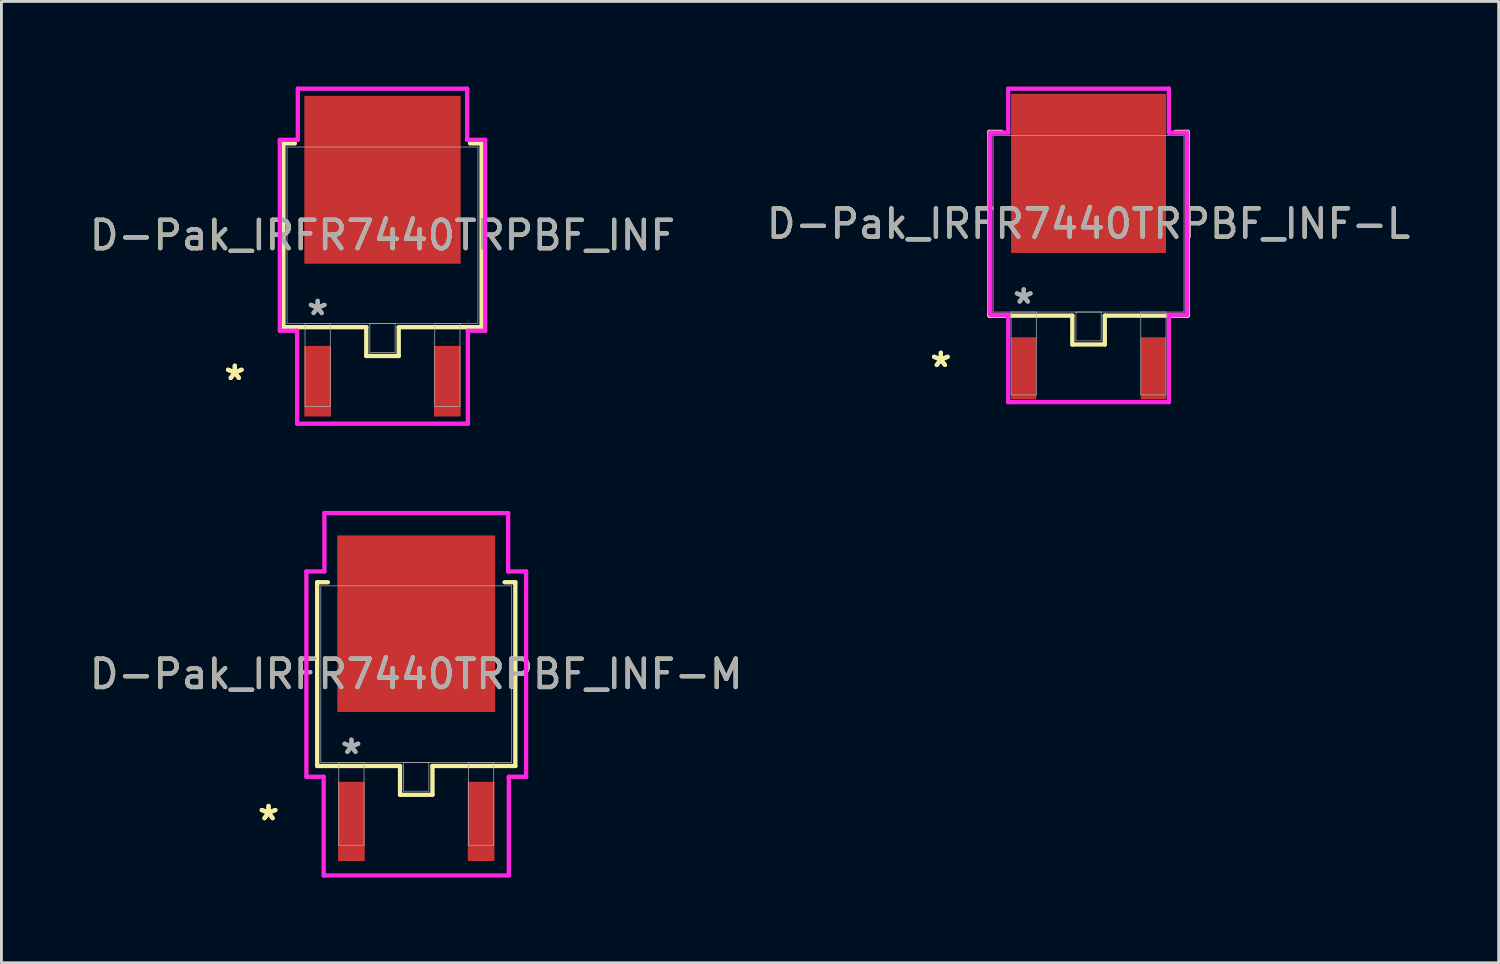
<source format=kicad_pcb>
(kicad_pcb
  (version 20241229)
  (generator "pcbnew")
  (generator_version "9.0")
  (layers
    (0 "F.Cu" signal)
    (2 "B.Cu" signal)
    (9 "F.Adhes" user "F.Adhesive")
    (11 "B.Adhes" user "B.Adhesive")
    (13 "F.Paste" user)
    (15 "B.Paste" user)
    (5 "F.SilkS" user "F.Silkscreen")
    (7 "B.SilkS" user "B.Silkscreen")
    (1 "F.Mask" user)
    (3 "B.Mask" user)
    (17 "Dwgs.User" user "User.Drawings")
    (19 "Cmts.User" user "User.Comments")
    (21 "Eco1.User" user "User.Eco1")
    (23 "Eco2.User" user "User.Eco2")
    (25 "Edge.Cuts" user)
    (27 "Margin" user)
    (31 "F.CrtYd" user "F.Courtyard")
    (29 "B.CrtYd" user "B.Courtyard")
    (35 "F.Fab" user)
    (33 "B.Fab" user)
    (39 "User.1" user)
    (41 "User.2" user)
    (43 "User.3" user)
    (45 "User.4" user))
  (footprint "D-Pak_IRFR7440TRPBF_INF-M"
    (layer "F.Cu")
    (at 11.625 20.716)
    (property "Reference" "D-Pak_IRFR7440TRPBF_INF-M" (at 0 0 0) (unlocked yes) (layer "F.SilkS") (effects (font (size 1 1) (thickness 0.15))))
    (attr smd)
    (fp_line (start -3.493 -3.239) (end -3.493 3.239) (stroke (width 0.152) (type solid)) (layer "F.SilkS"))
    (fp_line (start -3.493 3.239) (end -0.572 3.239) (stroke (width 0.152) (type solid)) (layer "F.SilkS"))
    (fp_line (start -3.114 -3.239) (end -3.493 -3.239) (stroke (width 0.152) (type solid)) (layer "F.SilkS"))
    (fp_line (start -0.572 3.239) (end -0.572 4.255) (stroke (width 0.152) (type solid)) (layer "F.SilkS"))
    (fp_line (start -0.572 4.255) (end 0.572 4.255) (stroke (width 0.152) (type solid)) (layer "F.SilkS"))
    (fp_line (start 0.572 3.239) (end 3.493 3.239) (stroke (width 0.152) (type solid)) (layer "F.SilkS"))
    (fp_line (start 0.572 4.255) (end 0.572 3.239) (stroke (width 0.152) (type solid)) (layer "F.SilkS"))
    (fp_line (start 3.493 -3.239) (end 3.114 -3.239) (stroke (width 0.152) (type solid)) (layer "F.SilkS"))
    (fp_line (start 3.493 3.239) (end 3.493 -3.239) (stroke (width 0.152) (type solid)) (layer "F.SilkS"))
    (fp_line (start -3.873 -3.619) (end -3.239 -3.619) (stroke (width 0.152) (type solid)) (layer "F.CrtYd"))
    (fp_line (start -3.873 3.619) (end -3.873 -3.619) (stroke (width 0.152) (type solid)) (layer "F.CrtYd"))
    (fp_line (start -3.264 3.619) (end -3.873 3.619) (stroke (width 0.152) (type solid)) (layer "F.CrtYd"))
    (fp_line (start -3.264 7.099) (end -3.264 3.619) (stroke (width 0.152) (type solid)) (layer "F.CrtYd"))
    (fp_line (start -3.239 -5.677) (end 3.239 -5.677) (stroke (width 0.152) (type solid)) (layer "F.CrtYd"))
    (fp_line (start -3.239 -3.619) (end -3.239 -5.677) (stroke (width 0.152) (type solid)) (layer "F.CrtYd"))
    (fp_line (start 3.239 -5.677) (end 3.239 -3.619) (stroke (width 0.152) (type solid)) (layer "F.CrtYd"))
    (fp_line (start 3.239 -3.619) (end 3.873 -3.619) (stroke (width 0.152) (type solid)) (layer "F.CrtYd"))
    (fp_line (start 3.264 3.619) (end 3.264 7.099) (stroke (width 0.152) (type solid)) (layer "F.CrtYd"))
    (fp_line (start 3.264 7.099) (end -3.264 7.099) (stroke (width 0.152) (type solid)) (layer "F.CrtYd"))
    (fp_line (start 3.873 -3.619) (end 3.873 3.619) (stroke (width 0.152) (type solid)) (layer "F.CrtYd"))
    (fp_line (start 3.873 3.619) (end 3.264 3.619) (stroke (width 0.152) (type solid)) (layer "F.CrtYd"))
    (fp_line (start -3.365 -3.111) (end -3.365 3.111) (stroke (width 0.025) (type solid)) (layer "F.Fab"))
    (fp_line (start -3.365 3.111) (end 3.365 3.111) (stroke (width 0.025) (type solid)) (layer "F.Fab"))
    (fp_line (start -2.731 3.111) (end -2.731 6.032) (stroke (width 0.025) (type solid)) (layer "F.Fab"))
    (fp_line (start -2.731 6.032) (end -1.841 6.032) (stroke (width 0.025) (type solid)) (layer "F.Fab"))
    (fp_line (start -1.841 3.111) (end -2.731 3.111) (stroke (width 0.025) (type solid)) (layer "F.Fab"))
    (fp_line (start -1.841 6.032) (end -1.841 3.111) (stroke (width 0.025) (type solid)) (layer "F.Fab"))
    (fp_line (start -0.445 3.111) (end -0.445 4.128) (stroke (width 0.025) (type solid)) (layer "F.Fab"))
    (fp_line (start -0.445 4.128) (end 0.445 4.128) (stroke (width 0.025) (type solid)) (layer "F.Fab"))
    (fp_line (start 0.445 3.111) (end -0.445 3.111) (stroke (width 0.025) (type solid)) (layer "F.Fab"))
    (fp_line (start 0.445 4.128) (end 0.445 3.111) (stroke (width 0.025) (type solid)) (layer "F.Fab"))
    (fp_line (start 1.841 3.111) (end 1.841 6.032) (stroke (width 0.025) (type solid)) (layer "F.Fab"))
    (fp_line (start 1.841 6.032) (end 2.731 6.032) (stroke (width 0.025) (type solid)) (layer "F.Fab"))
    (fp_line (start 2.731 3.111) (end 1.841 3.111) (stroke (width 0.025) (type solid)) (layer "F.Fab"))
    (fp_line (start 2.731 6.032) (end 2.731 3.111) (stroke (width 0.025) (type solid)) (layer "F.Fab"))
    (fp_line (start 3.365 -3.111) (end -3.365 -3.111) (stroke (width 0.025) (type solid)) (layer "F.Fab"))
    (fp_line (start 3.365 3.111) (end 3.365 -3.111) (stroke (width 0.025) (type solid)) (layer "F.Fab"))
    (fp_text user "*" (at -5.207 5.194 0) (layer "F.SilkS") (effects (font (size 1 1) (thickness 0.15))))
    (fp_text user "*" (at -5.207 5.194 0) (unlocked yes) (layer "F.SilkS") (effects (font (size 1 1) (thickness 0.15))))
    (fp_text user "${REFERENCE}" (at 0 0 0) (unlocked yes) (layer "F.Fab") (effects (font (size 1 1) (thickness 0.15))))
    (fp_text user "*" (at -2.286 2.857 0) (unlocked yes) (layer "F.Fab") (effects (font (size 1 1) (thickness 0.15))))
    (fp_text user "*" (at -2.286 2.857 0) (layer "F.Fab") (effects (font (size 1 1) (thickness 0.15))))
    (pad "1" smd rect (at -2.286 5.194) (size 0.94 2.794) (layers "F.Cu" "F.Mask" "F.Paste"))
    (pad "2" smd rect (at 2.286 5.194) (size 0.94 2.794) (layers "F.Cu" "F.Mask" "F.Paste"))
    (pad "3" smd rect (at 0 -1.778) (size 5.563 6.223) (layers "F.Cu" "F.Mask" "F.Paste")))
  (footprint "D-Pak_IRFR7440TRPBF_INF-L"
    (layer "F.Cu")
    (at 35.327 4.839)
    (property "Reference" "D-Pak_IRFR7440TRPBF_INF-L" (at 0 0 0) (unlocked yes) (layer "F.SilkS") (effects (font (size 1 1) (thickness 0.15))))
    (attr smd)
    (fp_line (start -3.493 -3.239) (end -3.493 3.239) (stroke (width 0.152) (type solid)) (layer "F.SilkS"))
    (fp_line (start -3.493 3.239) (end -0.572 3.239) (stroke (width 0.152) (type solid)) (layer "F.SilkS"))
    (fp_line (start -3.063 -3.239) (end -3.493 -3.239) (stroke (width 0.152) (type solid)) (layer "F.SilkS"))
    (fp_line (start -0.572 3.239) (end -0.572 4.255) (stroke (width 0.152) (type solid)) (layer "F.SilkS"))
    (fp_line (start -0.572 4.255) (end 0.572 4.255) (stroke (width 0.152) (type solid)) (layer "F.SilkS"))
    (fp_line (start 0.572 3.239) (end 3.493 3.239) (stroke (width 0.152) (type solid)) (layer "F.SilkS"))
    (fp_line (start 0.572 4.255) (end 0.572 3.239) (stroke (width 0.152) (type solid)) (layer "F.SilkS"))
    (fp_line (start 3.493 -3.239) (end 3.063 -3.239) (stroke (width 0.152) (type solid)) (layer "F.SilkS"))
    (fp_line (start 3.493 3.239) (end 3.493 -3.239) (stroke (width 0.152) (type solid)) (layer "F.SilkS"))
    (fp_line (start -3.467 -3.213) (end -2.832 -3.213) (stroke (width 0.152) (type solid)) (layer "F.CrtYd"))
    (fp_line (start -3.467 3.213) (end -3.467 -3.213) (stroke (width 0.152) (type solid)) (layer "F.CrtYd"))
    (fp_line (start -2.832 -4.763) (end 2.832 -4.763) (stroke (width 0.152) (type solid)) (layer "F.CrtYd"))
    (fp_line (start -2.832 -3.213) (end -2.832 -4.763) (stroke (width 0.152) (type solid)) (layer "F.CrtYd"))
    (fp_line (start -2.832 3.213) (end -3.467 3.213) (stroke (width 0.152) (type solid)) (layer "F.CrtYd"))
    (fp_line (start -2.832 6.287) (end -2.832 3.213) (stroke (width 0.152) (type solid)) (layer "F.CrtYd"))
    (fp_line (start 2.832 -4.763) (end 2.832 -3.213) (stroke (width 0.152) (type solid)) (layer "F.CrtYd"))
    (fp_line (start 2.832 -3.213) (end 3.467 -3.213) (stroke (width 0.152) (type solid)) (layer "F.CrtYd"))
    (fp_line (start 2.832 3.213) (end 2.832 6.287) (stroke (width 0.152) (type solid)) (layer "F.CrtYd"))
    (fp_line (start 2.832 6.287) (end -2.832 6.287) (stroke (width 0.152) (type solid)) (layer "F.CrtYd"))
    (fp_line (start 3.467 -3.213) (end 3.467 3.213) (stroke (width 0.152) (type solid)) (layer "F.CrtYd"))
    (fp_line (start 3.467 3.213) (end 2.832 3.213) (stroke (width 0.152) (type solid)) (layer "F.CrtYd"))
    (fp_line (start -3.365 -3.111) (end -3.365 3.111) (stroke (width 0.025) (type solid)) (layer "F.Fab"))
    (fp_line (start -3.365 3.111) (end 3.365 3.111) (stroke (width 0.025) (type solid)) (layer "F.Fab"))
    (fp_line (start -2.731 3.111) (end -2.731 6.032) (stroke (width 0.025) (type solid)) (layer "F.Fab"))
    (fp_line (start -2.731 6.032) (end -1.841 6.032) (stroke (width 0.025) (type solid)) (layer "F.Fab"))
    (fp_line (start -1.841 3.111) (end -2.731 3.111) (stroke (width 0.025) (type solid)) (layer "F.Fab"))
    (fp_line (start -1.841 6.032) (end -1.841 3.111) (stroke (width 0.025) (type solid)) (layer "F.Fab"))
    (fp_line (start -0.445 3.111) (end -0.445 4.128) (stroke (width 0.025) (type solid)) (layer "F.Fab"))
    (fp_line (start -0.445 4.128) (end 0.445 4.128) (stroke (width 0.025) (type solid)) (layer "F.Fab"))
    (fp_line (start 0.445 3.111) (end -0.445 3.111) (stroke (width 0.025) (type solid)) (layer "F.Fab"))
    (fp_line (start 0.445 4.128) (end 0.445 3.111) (stroke (width 0.025) (type solid)) (layer "F.Fab"))
    (fp_line (start 1.841 3.111) (end 1.841 6.032) (stroke (width 0.025) (type solid)) (layer "F.Fab"))
    (fp_line (start 1.841 6.032) (end 2.731 6.032) (stroke (width 0.025) (type solid)) (layer "F.Fab"))
    (fp_line (start 2.731 3.111) (end 1.841 3.111) (stroke (width 0.025) (type solid)) (layer "F.Fab"))
    (fp_line (start 2.731 6.032) (end 2.731 3.111) (stroke (width 0.025) (type solid)) (layer "F.Fab"))
    (fp_line (start 3.365 -3.111) (end -3.365 -3.111) (stroke (width 0.025) (type solid)) (layer "F.Fab"))
    (fp_line (start 3.365 3.111) (end 3.365 -3.111) (stroke (width 0.025) (type solid)) (layer "F.Fab"))
    (fp_text user "*" (at -5.207 5.093 0) (unlocked yes) (layer "F.SilkS") (effects (font (size 1 1) (thickness 0.15))))
    (fp_text user "*" (at -5.207 5.093 0) (layer "F.SilkS") (effects (font (size 1 1) (thickness 0.15))))
    (fp_text user "${REFERENCE}" (at 0 0 0) (unlocked yes) (layer "F.Fab") (effects (font (size 1 1) (thickness 0.15))))
    (fp_text user "*" (at -2.286 2.857 0) (unlocked yes) (layer "F.Fab") (effects (font (size 1 1) (thickness 0.15))))
    (fp_text user "*" (at -2.286 2.857 0) (layer "F.Fab") (effects (font (size 1 1) (thickness 0.15))))
    (pad "1" smd rect (at -2.286 5.093) (size 0.889 2.184) (layers "F.Cu" "F.Mask" "F.Paste"))
    (pad "2" smd rect (at 2.286 5.093) (size 0.889 2.184) (layers "F.Cu" "F.Mask" "F.Paste"))
    (pad "3" smd rect (at 0 -1.778) (size 5.461 5.613) (layers "F.Cu" "F.Mask" "F.Paste")))
  (footprint "D-Pak_IRFR7440TRPBF_INF"
    (layer "F.Cu")
    (at 10.435 5.245)
    (property "Reference" "D-Pak_IRFR7440TRPBF_INF" (at 0 0 0) (unlocked yes) (layer "F.SilkS") (effects (font (size 1 1) (thickness 0.15))))
    (attr smd)
    (fp_line (start -3.493 -3.239) (end -3.493 3.239) (stroke (width 0.152) (type solid)) (layer "F.SilkS"))
    (fp_line (start -3.493 3.239) (end -0.572 3.239) (stroke (width 0.152) (type solid)) (layer "F.SilkS"))
    (fp_line (start -3.089 -3.239) (end -3.493 -3.239) (stroke (width 0.152) (type solid)) (layer "F.SilkS"))
    (fp_line (start -0.572 3.239) (end -0.572 4.255) (stroke (width 0.152) (type solid)) (layer "F.SilkS"))
    (fp_line (start -0.572 4.255) (end 0.572 4.255) (stroke (width 0.152) (type solid)) (layer "F.SilkS"))
    (fp_line (start 0.572 3.239) (end 3.493 3.239) (stroke (width 0.152) (type solid)) (layer "F.SilkS"))
    (fp_line (start 0.572 4.255) (end 0.572 3.239) (stroke (width 0.152) (type solid)) (layer "F.SilkS"))
    (fp_line (start 3.493 -3.239) (end 3.089 -3.239) (stroke (width 0.152) (type solid)) (layer "F.SilkS"))
    (fp_line (start 3.493 3.239) (end 3.493 -3.239) (stroke (width 0.152) (type solid)) (layer "F.SilkS"))
    (fp_line (start -3.619 -3.365) (end -2.985 -3.365) (stroke (width 0.152) (type solid)) (layer "F.CrtYd"))
    (fp_line (start -3.619 3.365) (end -3.619 -3.365) (stroke (width 0.152) (type solid)) (layer "F.CrtYd"))
    (fp_line (start -3.01 3.365) (end -3.619 3.365) (stroke (width 0.152) (type solid)) (layer "F.CrtYd"))
    (fp_line (start -3.01 6.642) (end -3.01 3.365) (stroke (width 0.152) (type solid)) (layer "F.CrtYd"))
    (fp_line (start -2.985 -5.169) (end 2.985 -5.169) (stroke (width 0.152) (type solid)) (layer "F.CrtYd"))
    (fp_line (start -2.985 -3.365) (end -2.985 -5.169) (stroke (width 0.152) (type solid)) (layer "F.CrtYd"))
    (fp_line (start 2.985 -5.169) (end 2.985 -3.365) (stroke (width 0.152) (type solid)) (layer "F.CrtYd"))
    (fp_line (start 2.985 -3.365) (end 3.619 -3.365) (stroke (width 0.152) (type solid)) (layer "F.CrtYd"))
    (fp_line (start 3.01 3.365) (end 3.01 6.642) (stroke (width 0.152) (type solid)) (layer "F.CrtYd"))
    (fp_line (start 3.01 6.642) (end -3.01 6.642) (stroke (width 0.152) (type solid)) (layer "F.CrtYd"))
    (fp_line (start 3.619 -3.365) (end 3.619 3.365) (stroke (width 0.152) (type solid)) (layer "F.CrtYd"))
    (fp_line (start 3.619 3.365) (end 3.01 3.365) (stroke (width 0.152) (type solid)) (layer "F.CrtYd"))
    (fp_line (start -3.365 -3.111) (end -3.365 3.111) (stroke (width 0.025) (type solid)) (layer "F.Fab"))
    (fp_line (start -3.365 3.111) (end 3.365 3.111) (stroke (width 0.025) (type solid)) (layer "F.Fab"))
    (fp_line (start -2.731 3.111) (end -2.731 6.032) (stroke (width 0.025) (type solid)) (layer "F.Fab"))
    (fp_line (start -2.731 6.032) (end -1.841 6.032) (stroke (width 0.025) (type solid)) (layer "F.Fab"))
    (fp_line (start -1.841 3.111) (end -2.731 3.111) (stroke (width 0.025) (type solid)) (layer "F.Fab"))
    (fp_line (start -1.841 6.032) (end -1.841 3.111) (stroke (width 0.025) (type solid)) (layer "F.Fab"))
    (fp_line (start -0.445 3.111) (end -0.445 4.128) (stroke (width 0.025) (type solid)) (layer "F.Fab"))
    (fp_line (start -0.445 4.128) (end 0.445 4.128) (stroke (width 0.025) (type solid)) (layer "F.Fab"))
    (fp_line (start 0.445 3.111) (end -0.445 3.111) (stroke (width 0.025) (type solid)) (layer "F.Fab"))
    (fp_line (start 0.445 4.128) (end 0.445 3.111) (stroke (width 0.025) (type solid)) (layer "F.Fab"))
    (fp_line (start 1.841 3.111) (end 1.841 6.032) (stroke (width 0.025) (type solid)) (layer "F.Fab"))
    (fp_line (start 1.841 6.032) (end 2.731 6.032) (stroke (width 0.025) (type solid)) (layer "F.Fab"))
    (fp_line (start 2.731 3.111) (end 1.841 3.111) (stroke (width 0.025) (type solid)) (layer "F.Fab"))
    (fp_line (start 2.731 6.032) (end 2.731 3.111) (stroke (width 0.025) (type solid)) (layer "F.Fab"))
    (fp_line (start 3.365 -3.111) (end -3.365 -3.111) (stroke (width 0.025) (type solid)) (layer "F.Fab"))
    (fp_line (start 3.365 3.111) (end 3.365 -3.111) (stroke (width 0.025) (type solid)) (layer "F.Fab"))
    (fp_text user "*" (at -5.207 5.144 0) (unlocked yes) (layer "F.SilkS") (effects (font (size 1 1) (thickness 0.15))))
    (fp_text user "*" (at -5.207 5.144 0) (layer "F.SilkS") (effects (font (size 1 1) (thickness 0.15))))
    (fp_text user "${REFERENCE}" (at 0 0 0) (unlocked yes) (layer "F.Fab") (effects (font (size 1 1) (thickness 0.15))))
    (fp_text user "*" (at -2.286 2.857 0) (unlocked yes) (layer "F.Fab") (effects (font (size 1 1) (thickness 0.15))))
    (fp_text user "*" (at -2.286 2.857 0) (layer "F.Fab") (effects (font (size 1 1) (thickness 0.15))))
    (pad "1" smd rect (at -2.286 5.144) (size 0.94 2.489) (layers "F.Cu" "F.Mask" "F.Paste"))
    (pad "2" smd rect (at 2.286 5.144) (size 0.94 2.489) (layers "F.Cu" "F.Mask" "F.Paste"))
    (pad "3" smd rect (at 0 -1.956) (size 5.512 5.918) (layers "F.Cu" "F.Mask" "F.Paste")))
  (gr_rect
    (start -3 -3)
    (end 49.786 30.892)
    (stroke (width 0.1) (type default))
    (fill no)
    (layer "Edge.Cuts")))
</source>
